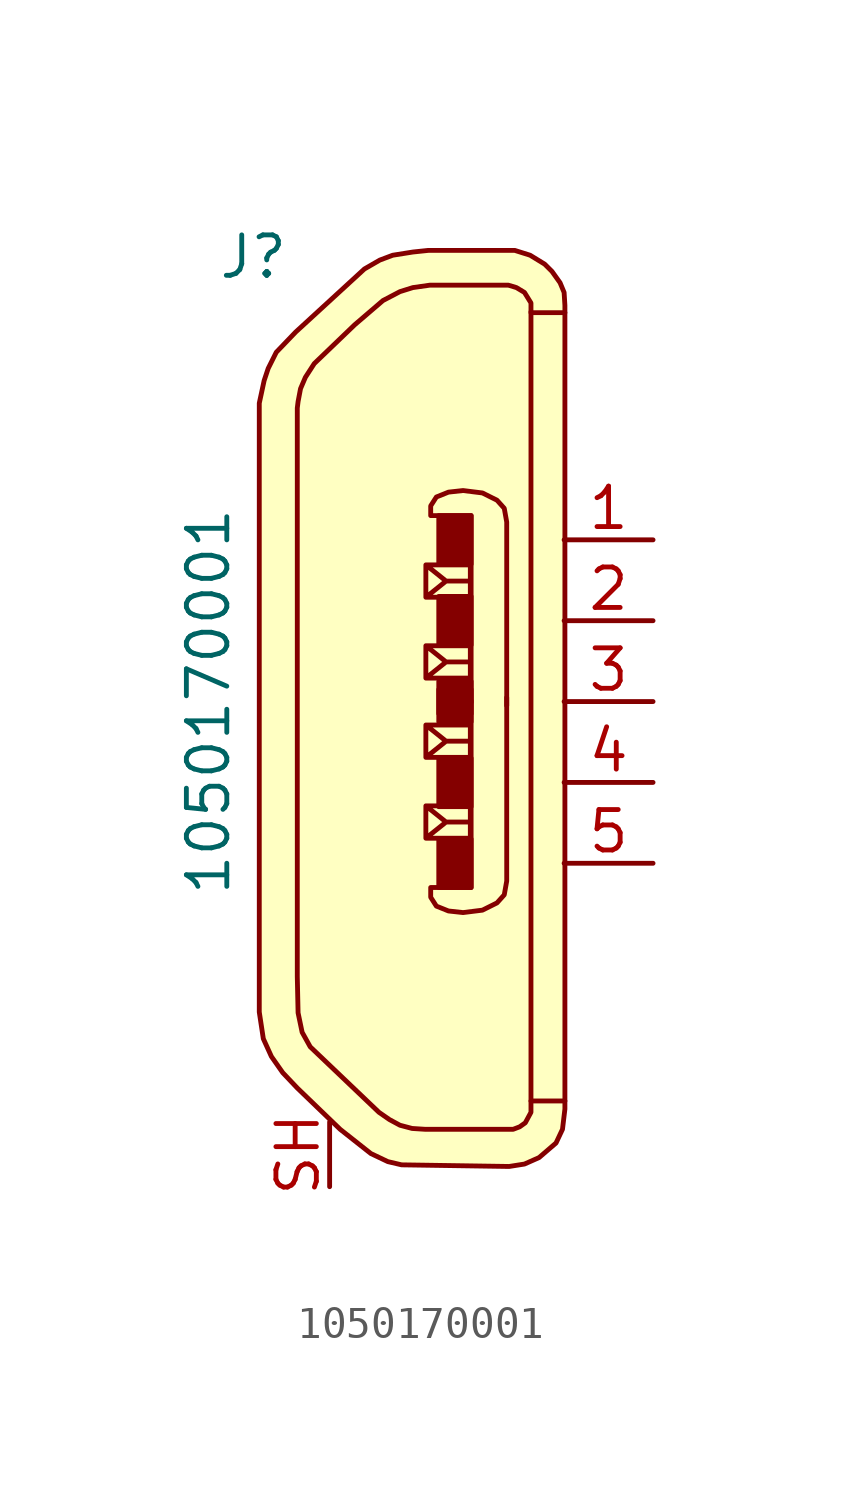
<source format=kicad_sym>
(kicad_symbol_lib
  (version 20211014)
  (generator kicad_symbol_editor)
  (symbol "1050170001"
    (pin_names
      (offset 1.016))
    (property "Reference" "J"
      (at -3.81 13.97 0)
      (effects (font (size 1.27 1.27)) (justify right)))
    (property "Value" "1050170001"
      (at -6.35 0 90)
      (effects (font (size 1.27 1.27))))
    (symbol "1050170001_1_1"
      (polyline (pts (xy 3.785 12.243) (xy 3.785 -12.548)) (stroke (width 0) (type default) (color 0 0 0 0)) (fill (type none)))
      (polyline (pts (xy 0.483 -4.293) (xy 0.483 -3.277) (xy 1.88 -3.277) (xy 1.88 -4.293) (xy 0.483 -4.293) (xy 1.118 -3.785) (xy 0.483 -3.277) (xy 1.88 -3.277) (xy 1.88 -3.785) (xy 1.118 -3.785)) (stroke (width 0) (type default) (color 0 0 0 0)) (fill (type none)))
      (polyline (pts (xy 0.483 -1.753) (xy 0.483 -0.737) (xy 1.88 -0.737) (xy 1.88 -1.753) (xy 0.483 -1.753) (xy 1.118 -1.245) (xy 0.483 -0.737) (xy 1.88 -0.737) (xy 1.88 -1.245) (xy 1.118 -1.245)) (stroke (width 0) (type default) (color 0 0 0 0)) (fill (type none)))
      (polyline (pts (xy 0.483 1.753) (xy 0.483 0.737) (xy 1.88 0.737) (xy 1.88 1.753) (xy 0.483 1.753) (xy 1.118 1.245) (xy 0.483 0.737) (xy 1.88 0.737) (xy 1.88 1.245) (xy 1.118 1.245)) (stroke (width 0) (type default) (color 0 0 0 0)) (fill (type none)))
      (polyline (pts (xy 0.483 4.293) (xy 0.483 3.277) (xy 1.88 3.277) (xy 1.88 4.293) (xy 0.483 4.293) (xy 1.118 3.785) (xy 0.483 3.277) (xy 1.88 3.277) (xy 1.88 3.785) (xy 1.118 3.785)) (stroke (width 0) (type default) (color 0 0 0 0)) (fill (type none)))
      (polyline (pts (xy 1.905 -0.025) (xy 1.905 5.842) (xy 0.635 5.842) (xy 0.635 6.147) (xy 0.813 6.426) (xy 1.194 6.579) (xy 1.651 6.629) (xy 2.261 6.553) (xy 2.718 6.325) (xy 2.946 6.071) (xy 3.023 5.639) (xy 3.023 4.801) (xy 3.023 -0.127)) (stroke (width 0) (type default) (color 0 0 0 0)) (fill (type none)))
      (polyline (pts (xy 1.905 0.025) (xy 1.905 -5.842) (xy 0.635 -5.842) (xy 0.635 -6.147) (xy 0.813 -6.426) (xy 1.194 -6.579) (xy 1.651 -6.629) (xy 2.261 -6.553) (xy 2.718 -6.325) (xy 2.946 -6.071) (xy 3.023 -5.639) (xy 3.023 -4.801) (xy 3.023 0.127)) (stroke (width 0) (type default) (color 0 0 0 0)) (fill (type none)))
      (polyline (pts (xy 4.851 -12.548) (xy 3.835 -12.548) (xy 3.785 -12.548) (xy 3.785 -12.903) (xy 3.607 -13.233) (xy 3.429 -13.36) (xy 3.226 -13.437) (xy 0.457 -13.437) (xy 0.051 -13.411) (xy -0.33 -13.31) (xy -0.66 -13.132) (xy -0.991 -12.903) (xy -3.15 -10.846) (xy -3.404 -10.389) (xy -3.531 -9.779) (xy -3.556 -8.636) (xy -3.556 9.22) (xy -3.531 9.423) (xy -3.454 9.83) (xy -3.302 10.185) (xy -3.023 10.617) (xy -1.753 11.836) (xy -0.864 12.598) (xy -0.33 12.878) (xy 0.076 13.005) (xy 0.61 13.081) (xy 3.073 13.081) (xy 3.327 13.005) (xy 3.581 12.852) (xy 3.785 12.522) (xy 3.785 12.217) (xy 4.851 12.217)) (stroke (width 0) (type default) (color 0 0 0 0)) (fill (type none)))
      (polyline (pts (xy 4.851 -11.481) (xy 4.851 -12.802) (xy 4.775 -13.437) (xy 4.572 -13.868) (xy 4.039 -14.326) (xy 3.581 -14.529) (xy 3.099 -14.605) (xy -0.279 -14.554) (xy -0.711 -14.453) (xy -1.245 -14.199) (xy -2.21 -13.437) (xy -3.556 -12.141) (xy -4.013 -11.659) (xy -4.369 -11.151) (xy -4.623 -10.592) (xy -4.75 -9.754) (xy -4.75 9.373) (xy -4.597 10.084) (xy -4.47 10.465) (xy -4.216 10.973) (xy -3.607 11.608) (xy -1.448 13.589) (xy -0.965 13.868) (xy -0.559 14.021) (xy 0.076 14.122) (xy 0.559 14.173) (xy 3.277 14.173) (xy 3.759 14.021) (xy 4.216 13.741) (xy 4.445 13.513) (xy 4.699 13.157) (xy 4.826 12.852) (xy 4.851 12.446) (xy 4.851 -11.506)) (stroke (width 0) (type default) (color 0 0 0 0)) (fill (type background)))
      (rectangle (start 0.889 -4.318) (end 1.905 -5.842) (stroke (width 0) (type default) (color 0 0 0 0)) (fill (type outline)))
      (rectangle (start 0.889 -3.302) (end 1.905 -1.778) (stroke (width 0) (type default) (color 0 0 0 0)) (fill (type outline)))
      (rectangle (start 0.889 -0.635) (end 1.905 0.381) (stroke (width 0) (type default) (color 0 0 0 0)) (fill (type outline)))
      (rectangle (start 0.889 0.635) (end 1.905 -0.381) (stroke (width 0) (type default) (color 0 0 0 0)) (fill (type outline)))
      (rectangle (start 0.889 3.302) (end 1.905 1.778) (stroke (width 0) (type default) (color 0 0 0 0)) (fill (type outline)))
      (rectangle (start 0.889 4.318) (end 1.905 5.842) (stroke (width 0) (type default) (color 0 0 0 0)) (fill (type outline)))
      (pin passive line (at 7.62 5.08 180) (length 2.794) (name "~" (effects (font (size 1.27 1.27)))) (number "1" (effects (font (size 1.27 1.27)))))
      (pin passive line (at 7.62 2.54 180) (length 2.794) (name "~" (effects (font (size 1.27 1.27)))) (number "2" (effects (font (size 1.27 1.27)))))
      (pin passive line (at 7.62 0 180) (length 2.794) (name "~" (effects (font (size 1.27 1.27)))) (number "3" (effects (font (size 1.27 1.27)))))
      (pin passive line (at 7.62 -2.54 180) (length 2.794) (name "~" (effects (font (size 1.27 1.27)))) (number "4" (effects (font (size 1.27 1.27)))))
      (pin passive line (at 7.62 -5.08 180) (length 2.794) (name "~" (effects (font (size 1.27 1.27)))) (number "5" (effects (font (size 1.27 1.27)))))
      (pin passive line (at -2.54 -15.24 90) (length 2.032) (name "~" (effects (font (size 1.27 1.27)))) (number "SH" (effects (font (size 1.27 1.27))))))))
</source>
